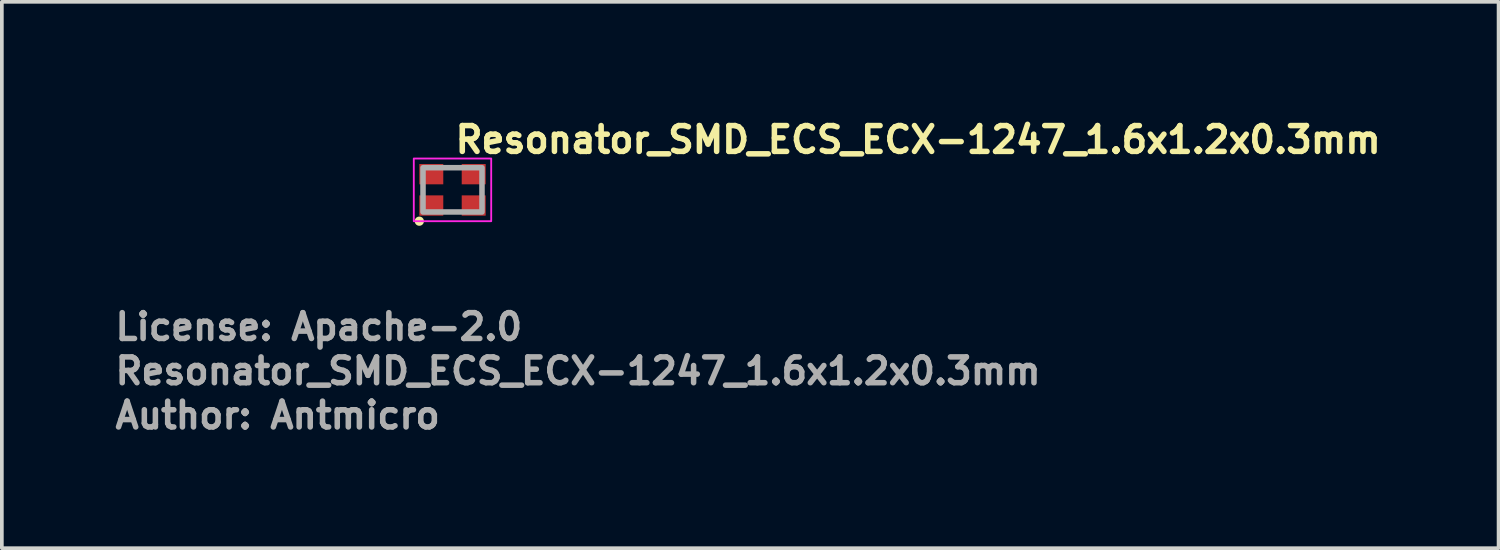
<source format=kicad_pcb>
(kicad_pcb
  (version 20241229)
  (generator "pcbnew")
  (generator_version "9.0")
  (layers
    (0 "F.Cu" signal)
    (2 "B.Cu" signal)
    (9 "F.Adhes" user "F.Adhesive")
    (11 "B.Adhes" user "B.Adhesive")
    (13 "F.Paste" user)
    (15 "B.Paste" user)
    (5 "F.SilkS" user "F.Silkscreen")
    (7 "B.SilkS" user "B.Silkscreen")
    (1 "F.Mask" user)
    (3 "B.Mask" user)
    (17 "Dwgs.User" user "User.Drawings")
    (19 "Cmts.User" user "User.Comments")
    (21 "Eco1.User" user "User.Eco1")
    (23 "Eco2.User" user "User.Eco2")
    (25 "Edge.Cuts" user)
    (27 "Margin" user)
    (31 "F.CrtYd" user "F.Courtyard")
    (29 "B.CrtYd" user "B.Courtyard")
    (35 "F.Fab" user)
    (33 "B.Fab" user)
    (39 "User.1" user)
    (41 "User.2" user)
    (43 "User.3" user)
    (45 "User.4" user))
  (footprint "Resonator_SMD_ECS_ECX-1247_1.6x1.2x0.3mm"
    (layer "F.Cu")
    (at 9.225 2.1)
    (property "Reference" "Resonator_SMD_ECS_ECX-1247_1.6x1.2x0.3mm" (at 0 -0.95 0) (layer "F.SilkS") (effects (font (size 0.7 0.7) (thickness 0.15)) (justify left bottom)))
    (attr smd)
    (fp_circle (center -0.9 0.85) (end -0.85 0.85) (stroke (width 0.15) (type default)) (fill yes) (layer "F.SilkS"))
    (fp_rect (start -1.05 -0.85) (end 1.05 0.85) (stroke (width 0.05) (type solid)) (fill no) (layer "F.CrtYd"))
    (fp_rect (start -0.8 -0.6) (end 0.8 0.6) (stroke (width 0.15) (type solid)) (fill no) (layer "F.Fab"))
    (fp_rect (start -0.8 -0.6) (end 0.8 0.6) (stroke (width 0.1) (type solid)) (fill no) (layer "User.5"))
    (fp_line (start -0.8 -0.575) (end -0.8 0.575) (stroke (width 0.02) (type solid)) (layer "User.9"))
    (fp_line (start -0.8 0.575) (end -0.788 0.578) (stroke (width 0.02) (type solid)) (layer "User.9"))
    (fp_line (start -0.788 -0.578) (end -0.8 -0.575) (stroke (width 0.02) (type solid)) (layer "User.9"))
    (fp_line (start -0.788 0.578) (end -0.778 0.588) (stroke (width 0.02) (type solid)) (layer "User.9"))
    (fp_line (start -0.778 -0.588) (end -0.788 -0.578) (stroke (width 0.02) (type solid)) (layer "User.9"))
    (fp_line (start -0.778 0.588) (end -0.775 0.6) (stroke (width 0.02) (type solid)) (layer "User.9"))
    (fp_line (start -0.775 -0.6) (end -0.778 -0.588) (stroke (width 0.02) (type solid)) (layer "User.9"))
    (fp_line (start -0.775 0.6) (end 0.775 0.6) (stroke (width 0.02) (type solid)) (layer "User.9"))
    (fp_line (start -0.75 -0.5) (end -0.75 0.5) (stroke (width 0.02) (type solid)) (layer "User.9"))
    (fp_line (start -0.75 0.5) (end -0.746 0.519) (stroke (width 0.02) (type solid)) (layer "User.9"))
    (fp_line (start -0.746 -0.519) (end -0.75 -0.5) (stroke (width 0.02) (type solid)) (layer "User.9"))
    (fp_line (start -0.746 0.519) (end -0.735 0.535) (stroke (width 0.02) (type solid)) (layer "User.9"))
    (fp_line (start -0.735 -0.535) (end -0.746 -0.519) (stroke (width 0.02) (type solid)) (layer "User.9"))
    (fp_line (start -0.735 0.535) (end -0.719 0.546) (stroke (width 0.02) (type solid)) (layer "User.9"))
    (fp_line (start -0.719 -0.546) (end -0.735 -0.535) (stroke (width 0.02) (type solid)) (layer "User.9"))
    (fp_line (start -0.719 0.546) (end -0.7 0.55) (stroke (width 0.02) (type solid)) (layer "User.9"))
    (fp_line (start -0.7 -0.55) (end -0.719 -0.546) (stroke (width 0.02) (type solid)) (layer "User.9"))
    (fp_line (start -0.7 0.55) (end 0.7 0.55) (stroke (width 0.02) (type solid)) (layer "User.9"))
    (fp_line (start 0.7 -0.55) (end -0.7 -0.55) (stroke (width 0.02) (type solid)) (layer "User.9"))
    (fp_line (start 0.7 0.55) (end 0.719 0.546) (stroke (width 0.02) (type solid)) (layer "User.9"))
    (fp_line (start 0.719 -0.546) (end 0.7 -0.55) (stroke (width 0.02) (type solid)) (layer "User.9"))
    (fp_line (start 0.719 0.546) (end 0.735 0.535) (stroke (width 0.02) (type solid)) (layer "User.9"))
    (fp_line (start 0.735 -0.535) (end 0.719 -0.546) (stroke (width 0.02) (type solid)) (layer "User.9"))
    (fp_line (start 0.735 0.535) (end 0.746 0.519) (stroke (width 0.02) (type solid)) (layer "User.9"))
    (fp_line (start 0.746 -0.519) (end 0.735 -0.535) (stroke (width 0.02) (type solid)) (layer "User.9"))
    (fp_line (start 0.746 0.519) (end 0.75 0.5) (stroke (width 0.02) (type solid)) (layer "User.9"))
    (fp_line (start 0.75 -0.5) (end 0.746 -0.519) (stroke (width 0.02) (type solid)) (layer "User.9"))
    (fp_line (start 0.75 0.5) (end 0.75 -0.5) (stroke (width 0.02) (type solid)) (layer "User.9"))
    (fp_line (start 0.775 -0.6) (end -0.775 -0.6) (stroke (width 0.02) (type solid)) (layer "User.9"))
    (fp_line (start 0.775 0.6) (end 0.778 0.588) (stroke (width 0.02) (type solid)) (layer "User.9"))
    (fp_line (start 0.778 -0.588) (end 0.775 -0.6) (stroke (width 0.02) (type solid)) (layer "User.9"))
    (fp_line (start 0.778 0.588) (end 0.788 0.578) (stroke (width 0.02) (type solid)) (layer "User.9"))
    (fp_line (start 0.788 -0.578) (end 0.778 -0.588) (stroke (width 0.02) (type solid)) (layer "User.9"))
    (fp_line (start 0.788 0.578) (end 0.8 0.575) (stroke (width 0.02) (type solid)) (layer "User.9"))
    (fp_line (start 0.8 -0.575) (end 0.788 -0.578) (stroke (width 0.02) (type solid)) (layer "User.9"))
    (fp_line (start 0.8 0.575) (end 0.8 -0.575) (stroke (width 0.02) (type solid)) (layer "User.9"))
    (fp_text user "License: Apache-2.0" (at -9.225 4.125 0) (layer "F.Fab") (effects (font (size 0.7 0.7) (thickness 0.15)) (justify left bottom)))
    (fp_text user "${REFERENCE}" (at -9.225 5.325 0) (layer "F.Fab") (effects (font (size 0.7 0.7) (thickness 0.15)) (justify left bottom)))
    (fp_text user "Author: Antmicro" (at -9.225 6.525 0) (layer "F.Fab") (effects (font (size 0.7 0.7) (thickness 0.15)) (justify left bottom)))
    (pad "1" smd rect (at -0.575 0.425) (size 0.65 0.55) (layers "F.Cu" "F.Mask" "F.Paste"))
    (pad "2" smd rect (at 0.575 0.425) (size 0.65 0.55) (layers "F.Cu" "F.Mask" "F.Paste"))
    (pad "3" smd rect (at 0.575 -0.425) (size 0.65 0.55) (layers "F.Cu" "F.Mask" "F.Paste"))
    (pad "4" smd rect (at -0.575 -0.425) (size 0.65 0.55) (layers "F.Cu" "F.Mask" "F.Paste")))
  (gr_rect
    (start -3 -3)
    (end 37.602 11.82)
    (stroke (width 0.1) (type default))
    (fill no)
    (layer "Edge.Cuts")))
</source>
